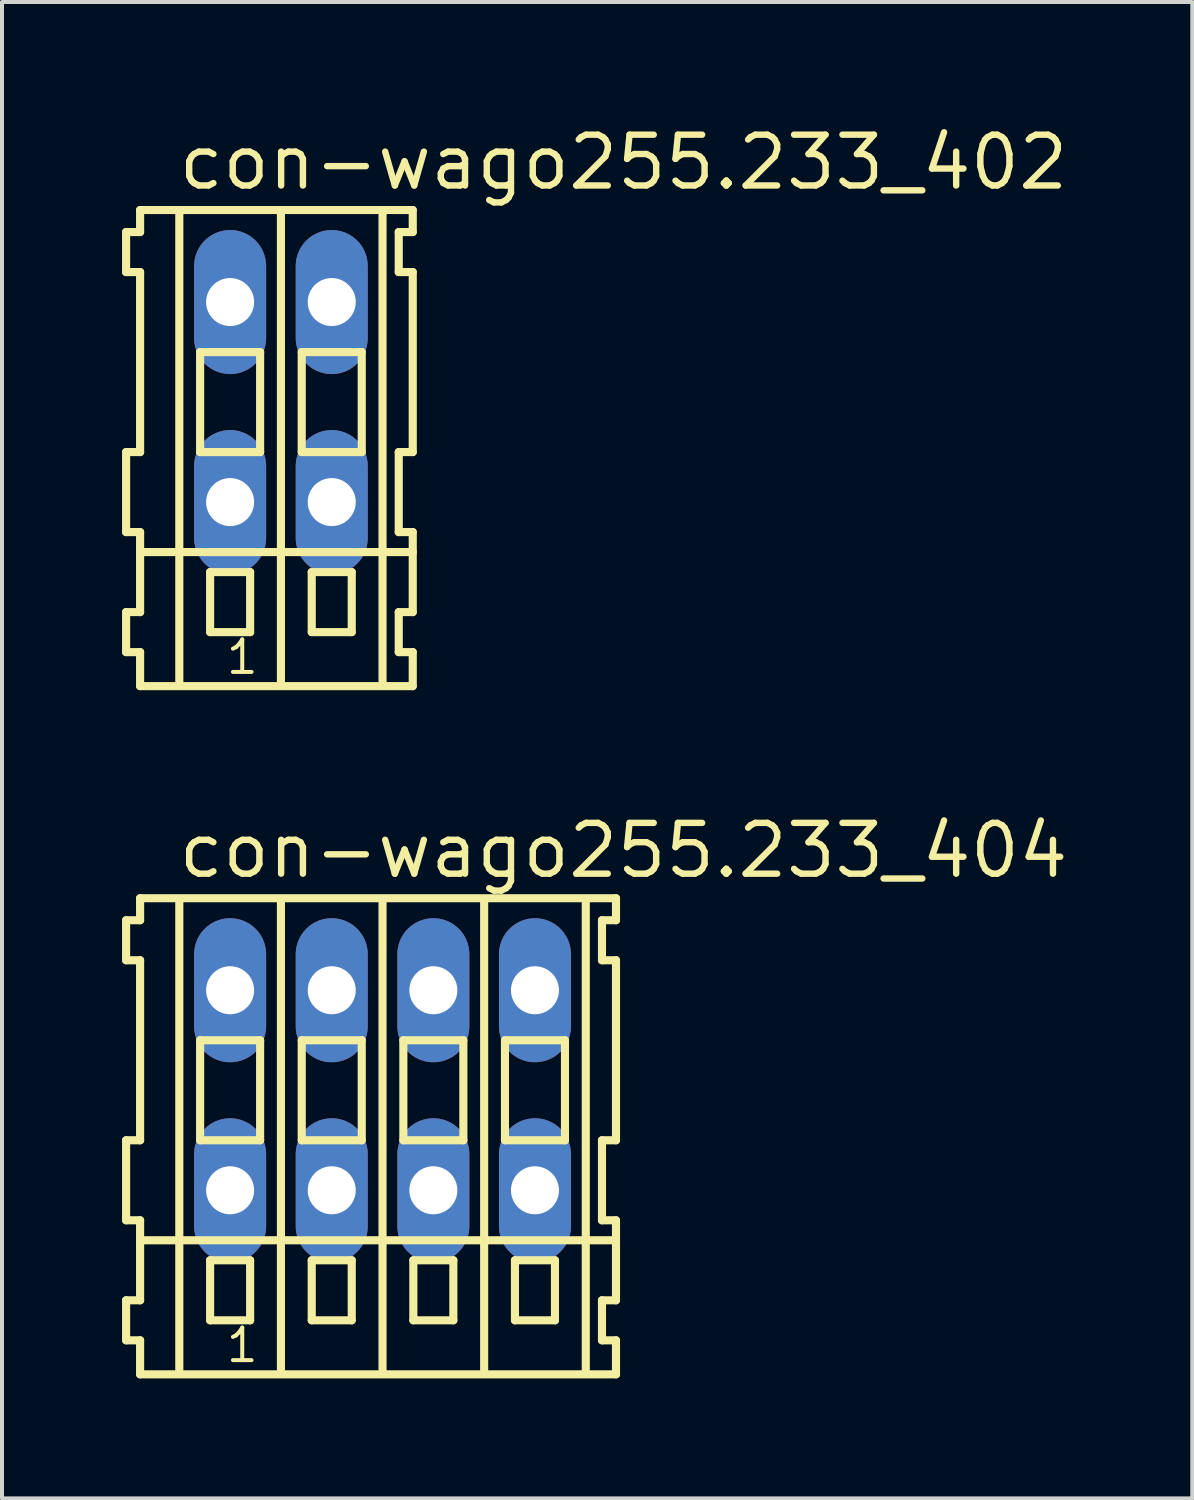
<source format=kicad_pcb>
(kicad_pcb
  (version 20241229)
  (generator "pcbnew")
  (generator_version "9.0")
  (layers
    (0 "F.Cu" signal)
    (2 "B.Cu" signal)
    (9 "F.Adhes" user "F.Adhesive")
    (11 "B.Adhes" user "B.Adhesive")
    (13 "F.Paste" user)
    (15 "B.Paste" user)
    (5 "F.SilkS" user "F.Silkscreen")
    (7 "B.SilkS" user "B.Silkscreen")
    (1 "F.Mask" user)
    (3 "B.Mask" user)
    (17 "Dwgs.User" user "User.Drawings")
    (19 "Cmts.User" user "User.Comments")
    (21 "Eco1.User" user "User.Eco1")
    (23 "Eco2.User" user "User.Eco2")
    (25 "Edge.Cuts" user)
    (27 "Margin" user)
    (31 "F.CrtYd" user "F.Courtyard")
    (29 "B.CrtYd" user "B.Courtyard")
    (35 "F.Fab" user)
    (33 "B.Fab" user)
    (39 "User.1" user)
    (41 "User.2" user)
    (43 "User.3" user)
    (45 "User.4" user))
  (footprint "con-wago255.233_402"
    (layer "F.Cu")
    (at 3.972 7)
    (property "Reference" "con-wago255.233_402" (at -2.64 -5.25 0) (layer "F.SilkS") (effects (font (size 1.27 1.27) (thickness 0.16)) (justify left bottom)))
    (attr through_hole)
    (fp_line (start -3.87 -4.25) (end -3.87 -3.25) (stroke (width 0.203) (type default)) (layer "F.SilkS"))
    (fp_line (start -3.87 -3.25) (end -3.52 -3.25) (stroke (width 0.203) (type default)) (layer "F.SilkS"))
    (fp_line (start -3.87 1.25) (end -3.87 3.25) (stroke (width 0.203) (type default)) (layer "F.SilkS"))
    (fp_line (start -3.87 3.25) (end -3.52 3.25) (stroke (width 0.203) (type default)) (layer "F.SilkS"))
    (fp_line (start -3.87 5.25) (end -3.87 6.25) (stroke (width 0.203) (type default)) (layer "F.SilkS"))
    (fp_line (start -3.87 6.25) (end -3.52 6.25) (stroke (width 0.203) (type default)) (layer "F.SilkS"))
    (fp_line (start -3.52 -4.8) (end -3.52 -4.25) (stroke (width 0.203) (type default)) (layer "F.SilkS"))
    (fp_line (start -3.52 -4.25) (end -3.87 -4.25) (stroke (width 0.203) (type default)) (layer "F.SilkS"))
    (fp_line (start -3.52 -3.25) (end -3.52 1.25) (stroke (width 0.203) (type default)) (layer "F.SilkS"))
    (fp_line (start -3.52 1.25) (end -3.87 1.25) (stroke (width 0.203) (type default)) (layer "F.SilkS"))
    (fp_line (start -3.52 3.25) (end -3.52 5.25) (stroke (width 0.203) (type default)) (layer "F.SilkS"))
    (fp_line (start -3.52 3.75) (end 3.295 3.75) (stroke (width 0.203) (type default)) (layer "F.SilkS"))
    (fp_line (start -3.52 5.25) (end -3.87 5.25) (stroke (width 0.203) (type default)) (layer "F.SilkS"))
    (fp_line (start -3.52 6.25) (end -3.52 7.1) (stroke (width 0.203) (type default)) (layer "F.SilkS"))
    (fp_line (start -3.52 7.1) (end 3.295 7.1) (stroke (width 0.203) (type default)) (layer "F.SilkS"))
    (fp_line (start -2.54 6.985) (end -2.54 -4.699) (stroke (width 0.203) (type default)) (layer "F.SilkS"))
    (fp_line (start -2.02 -1.25) (end -2.02 1.25) (stroke (width 0.203) (type default)) (layer "F.SilkS"))
    (fp_line (start -2.02 1.25) (end -0.52 1.25) (stroke (width 0.203) (type default)) (layer "F.SilkS"))
    (fp_line (start -1.77 4.25) (end -1.77 5.75) (stroke (width 0.203) (type default)) (layer "F.SilkS"))
    (fp_line (start -1.77 5.75) (end -0.77 5.75) (stroke (width 0.203) (type default)) (layer "F.SilkS"))
    (fp_line (start -0.77 4.25) (end -1.77 4.25) (stroke (width 0.203) (type default)) (layer "F.SilkS"))
    (fp_line (start -0.77 5.75) (end -0.77 4.25) (stroke (width 0.203) (type default)) (layer "F.SilkS"))
    (fp_line (start -0.52 -1.25) (end -2.02 -1.25) (stroke (width 0.203) (type default)) (layer "F.SilkS"))
    (fp_line (start -0.52 1.25) (end -0.52 -1.25) (stroke (width 0.203) (type default)) (layer "F.SilkS"))
    (fp_line (start 0 6.985) (end 0 -4.699) (stroke (width 0.203) (type default)) (layer "F.SilkS"))
    (fp_line (start 0.52 -1.25) (end 0.52 1.25) (stroke (width 0.203) (type default)) (layer "F.SilkS"))
    (fp_line (start 0.52 1.25) (end 2.02 1.25) (stroke (width 0.203) (type default)) (layer "F.SilkS"))
    (fp_line (start 0.77 4.25) (end 0.77 5.75) (stroke (width 0.203) (type default)) (layer "F.SilkS"))
    (fp_line (start 0.77 5.75) (end 1.77 5.75) (stroke (width 0.203) (type default)) (layer "F.SilkS"))
    (fp_line (start 1.77 4.25) (end 0.77 4.25) (stroke (width 0.203) (type default)) (layer "F.SilkS"))
    (fp_line (start 1.77 5.75) (end 1.77 4.25) (stroke (width 0.203) (type default)) (layer "F.SilkS"))
    (fp_line (start 2.02 -1.25) (end 0.52 -1.25) (stroke (width 0.203) (type default)) (layer "F.SilkS"))
    (fp_line (start 2.02 1.25) (end 2.02 -1.25) (stroke (width 0.203) (type default)) (layer "F.SilkS"))
    (fp_line (start 2.54 6.985) (end 2.54 -4.699) (stroke (width 0.203) (type default)) (layer "F.SilkS"))
    (fp_line (start 2.945 -4.25) (end 2.945 -3.25) (stroke (width 0.203) (type default)) (layer "F.SilkS"))
    (fp_line (start 2.945 -3.25) (end 3.295 -3.25) (stroke (width 0.203) (type default)) (layer "F.SilkS"))
    (fp_line (start 2.945 1.25) (end 2.945 3.25) (stroke (width 0.203) (type default)) (layer "F.SilkS"))
    (fp_line (start 2.945 3.25) (end 3.295 3.25) (stroke (width 0.203) (type default)) (layer "F.SilkS"))
    (fp_line (start 2.945 5.25) (end 2.945 6.25) (stroke (width 0.203) (type default)) (layer "F.SilkS"))
    (fp_line (start 2.945 6.25) (end 3.295 6.25) (stroke (width 0.203) (type default)) (layer "F.SilkS"))
    (fp_line (start 3.295 -4.8) (end -3.52 -4.8) (stroke (width 0.203) (type default)) (layer "F.SilkS"))
    (fp_line (start 3.295 -4.25) (end 2.945 -4.25) (stroke (width 0.203) (type default)) (layer "F.SilkS"))
    (fp_line (start 3.295 -4.25) (end 3.295 -4.8) (stroke (width 0.203) (type default)) (layer "F.SilkS"))
    (fp_line (start 3.295 1.25) (end 2.945 1.25) (stroke (width 0.203) (type default)) (layer "F.SilkS"))
    (fp_line (start 3.295 1.25) (end 3.295 -3.25) (stroke (width 0.203) (type default)) (layer "F.SilkS"))
    (fp_line (start 3.295 3.75) (end 3.295 3.25) (stroke (width 0.203) (type default)) (layer "F.SilkS"))
    (fp_line (start 3.295 5.25) (end 2.945 5.25) (stroke (width 0.203) (type default)) (layer "F.SilkS"))
    (fp_line (start 3.295 5.25) (end 3.295 3.75) (stroke (width 0.203) (type default)) (layer "F.SilkS"))
    (fp_line (start 3.295 7.1) (end 3.295 6.25) (stroke (width 0.203) (type default)) (layer "F.SilkS"))
    (fp_text user "1" (at -1.42 6.85 0) (layer "F.SilkS") (effects (font (size 0.813 0.813) (thickness 0.1)) (justify left bottom)))
    (pad "A1" thru_hole oval (at -1.27 -2.5 90) (size 3.6 1.8) (drill 1.2) (layers "*.Cu" "*.Mask"))
    (pad "A2" thru_hole oval (at 1.27 -2.5 90) (size 3.6 1.8) (drill 1.2) (layers "*.Cu" "*.Mask"))
    (pad "B1" thru_hole oval (at -1.27 2.5 90) (size 3.6 1.8) (drill 1.2) (layers "*.Cu" "*.Mask"))
    (pad "B2" thru_hole oval (at 1.27 2.5 90) (size 3.6 1.8) (drill 1.2) (layers "*.Cu" "*.Mask")))
  (footprint "con-wago255.233_404"
    (layer "F.Cu")
    (at 6.512 24.202)
    (property "Reference" "con-wago255.233_404" (at -5.18 -5.25 0) (layer "F.SilkS") (effects (font (size 1.27 1.27) (thickness 0.16)) (justify left bottom)))
    (attr through_hole)
    (fp_line (start -6.41 -4.25) (end -6.41 -3.25) (stroke (width 0.203) (type default)) (layer "F.SilkS"))
    (fp_line (start -6.41 -3.25) (end -6.06 -3.25) (stroke (width 0.203) (type default)) (layer "F.SilkS"))
    (fp_line (start -6.41 1.25) (end -6.41 3.25) (stroke (width 0.203) (type default)) (layer "F.SilkS"))
    (fp_line (start -6.41 3.25) (end -6.06 3.25) (stroke (width 0.203) (type default)) (layer "F.SilkS"))
    (fp_line (start -6.41 5.25) (end -6.41 6.25) (stroke (width 0.203) (type default)) (layer "F.SilkS"))
    (fp_line (start -6.41 6.25) (end -6.06 6.25) (stroke (width 0.203) (type default)) (layer "F.SilkS"))
    (fp_line (start -6.06 -4.8) (end -6.06 -4.25) (stroke (width 0.203) (type default)) (layer "F.SilkS"))
    (fp_line (start -6.06 -4.25) (end -6.41 -4.25) (stroke (width 0.203) (type default)) (layer "F.SilkS"))
    (fp_line (start -6.06 -3.25) (end -6.06 1.25) (stroke (width 0.203) (type default)) (layer "F.SilkS"))
    (fp_line (start -6.06 1.25) (end -6.41 1.25) (stroke (width 0.203) (type default)) (layer "F.SilkS"))
    (fp_line (start -6.06 3.25) (end -6.06 5.25) (stroke (width 0.203) (type default)) (layer "F.SilkS"))
    (fp_line (start -6.06 3.75) (end 5.835 3.75) (stroke (width 0.203) (type default)) (layer "F.SilkS"))
    (fp_line (start -6.06 5.25) (end -6.41 5.25) (stroke (width 0.203) (type default)) (layer "F.SilkS"))
    (fp_line (start -6.06 6.25) (end -6.06 7.1) (stroke (width 0.203) (type default)) (layer "F.SilkS"))
    (fp_line (start -6.06 7.1) (end 5.835 7.1) (stroke (width 0.203) (type default)) (layer "F.SilkS"))
    (fp_line (start -5.08 6.985) (end -5.08 -4.699) (stroke (width 0.203) (type default)) (layer "F.SilkS"))
    (fp_line (start -4.56 -1.25) (end -4.56 1.25) (stroke (width 0.203) (type default)) (layer "F.SilkS"))
    (fp_line (start -4.56 1.25) (end -3.06 1.25) (stroke (width 0.203) (type default)) (layer "F.SilkS"))
    (fp_line (start -4.31 4.25) (end -4.31 5.75) (stroke (width 0.203) (type default)) (layer "F.SilkS"))
    (fp_line (start -4.31 5.75) (end -3.31 5.75) (stroke (width 0.203) (type default)) (layer "F.SilkS"))
    (fp_line (start -3.31 4.25) (end -4.31 4.25) (stroke (width 0.203) (type default)) (layer "F.SilkS"))
    (fp_line (start -3.31 5.75) (end -3.31 4.25) (stroke (width 0.203) (type default)) (layer "F.SilkS"))
    (fp_line (start -3.06 -1.25) (end -4.56 -1.25) (stroke (width 0.203) (type default)) (layer "F.SilkS"))
    (fp_line (start -3.06 1.25) (end -3.06 -1.25) (stroke (width 0.203) (type default)) (layer "F.SilkS"))
    (fp_line (start -2.54 6.985) (end -2.54 -4.699) (stroke (width 0.203) (type default)) (layer "F.SilkS"))
    (fp_line (start -2.02 -1.25) (end -2.02 1.25) (stroke (width 0.203) (type default)) (layer "F.SilkS"))
    (fp_line (start -2.02 1.25) (end -0.52 1.25) (stroke (width 0.203) (type default)) (layer "F.SilkS"))
    (fp_line (start -1.77 4.25) (end -1.77 5.75) (stroke (width 0.203) (type default)) (layer "F.SilkS"))
    (fp_line (start -1.77 5.75) (end -0.77 5.75) (stroke (width 0.203) (type default)) (layer "F.SilkS"))
    (fp_line (start -0.77 4.25) (end -1.77 4.25) (stroke (width 0.203) (type default)) (layer "F.SilkS"))
    (fp_line (start -0.77 5.75) (end -0.77 4.25) (stroke (width 0.203) (type default)) (layer "F.SilkS"))
    (fp_line (start -0.52 -1.25) (end -2.02 -1.25) (stroke (width 0.203) (type default)) (layer "F.SilkS"))
    (fp_line (start -0.52 1.25) (end -0.52 -1.25) (stroke (width 0.203) (type default)) (layer "F.SilkS"))
    (fp_line (start 0 6.985) (end 0 -4.699) (stroke (width 0.203) (type default)) (layer "F.SilkS"))
    (fp_line (start 0.52 -1.25) (end 0.52 1.25) (stroke (width 0.203) (type default)) (layer "F.SilkS"))
    (fp_line (start 0.52 1.25) (end 2.02 1.25) (stroke (width 0.203) (type default)) (layer "F.SilkS"))
    (fp_line (start 0.77 4.25) (end 0.77 5.75) (stroke (width 0.203) (type default)) (layer "F.SilkS"))
    (fp_line (start 0.77 5.75) (end 1.77 5.75) (stroke (width 0.203) (type default)) (layer "F.SilkS"))
    (fp_line (start 1.77 4.25) (end 0.77 4.25) (stroke (width 0.203) (type default)) (layer "F.SilkS"))
    (fp_line (start 1.77 5.75) (end 1.77 4.25) (stroke (width 0.203) (type default)) (layer "F.SilkS"))
    (fp_line (start 2.02 -1.25) (end 0.52 -1.25) (stroke (width 0.203) (type default)) (layer "F.SilkS"))
    (fp_line (start 2.02 1.25) (end 2.02 -1.25) (stroke (width 0.203) (type default)) (layer "F.SilkS"))
    (fp_line (start 2.54 6.985) (end 2.54 -4.699) (stroke (width 0.203) (type default)) (layer "F.SilkS"))
    (fp_line (start 3.06 -1.25) (end 3.06 1.25) (stroke (width 0.203) (type default)) (layer "F.SilkS"))
    (fp_line (start 3.06 1.25) (end 4.56 1.25) (stroke (width 0.203) (type default)) (layer "F.SilkS"))
    (fp_line (start 3.31 4.25) (end 3.31 5.75) (stroke (width 0.203) (type default)) (layer "F.SilkS"))
    (fp_line (start 3.31 5.75) (end 4.31 5.75) (stroke (width 0.203) (type default)) (layer "F.SilkS"))
    (fp_line (start 4.31 4.25) (end 3.31 4.25) (stroke (width 0.203) (type default)) (layer "F.SilkS"))
    (fp_line (start 4.31 5.75) (end 4.31 4.25) (stroke (width 0.203) (type default)) (layer "F.SilkS"))
    (fp_line (start 4.56 -1.25) (end 3.06 -1.25) (stroke (width 0.203) (type default)) (layer "F.SilkS"))
    (fp_line (start 4.56 1.25) (end 4.56 -1.25) (stroke (width 0.203) (type default)) (layer "F.SilkS"))
    (fp_line (start 5.08 6.985) (end 5.08 -4.699) (stroke (width 0.203) (type default)) (layer "F.SilkS"))
    (fp_line (start 5.485 -4.25) (end 5.485 -3.25) (stroke (width 0.203) (type default)) (layer "F.SilkS"))
    (fp_line (start 5.485 -3.25) (end 5.835 -3.25) (stroke (width 0.203) (type default)) (layer "F.SilkS"))
    (fp_line (start 5.485 1.25) (end 5.485 3.25) (stroke (width 0.203) (type default)) (layer "F.SilkS"))
    (fp_line (start 5.485 3.25) (end 5.835 3.25) (stroke (width 0.203) (type default)) (layer "F.SilkS"))
    (fp_line (start 5.485 5.25) (end 5.485 6.25) (stroke (width 0.203) (type default)) (layer "F.SilkS"))
    (fp_line (start 5.485 6.25) (end 5.835 6.25) (stroke (width 0.203) (type default)) (layer "F.SilkS"))
    (fp_line (start 5.835 -4.8) (end -6.06 -4.8) (stroke (width 0.203) (type default)) (layer "F.SilkS"))
    (fp_line (start 5.835 -4.25) (end 5.485 -4.25) (stroke (width 0.203) (type default)) (layer "F.SilkS"))
    (fp_line (start 5.835 -4.25) (end 5.835 -4.8) (stroke (width 0.203) (type default)) (layer "F.SilkS"))
    (fp_line (start 5.835 1.25) (end 5.485 1.25) (stroke (width 0.203) (type default)) (layer "F.SilkS"))
    (fp_line (start 5.835 1.25) (end 5.835 -3.25) (stroke (width 0.203) (type default)) (layer "F.SilkS"))
    (fp_line (start 5.835 3.75) (end 5.835 3.25) (stroke (width 0.203) (type default)) (layer "F.SilkS"))
    (fp_line (start 5.835 5.25) (end 5.485 5.25) (stroke (width 0.203) (type default)) (layer "F.SilkS"))
    (fp_line (start 5.835 5.25) (end 5.835 3.75) (stroke (width 0.203) (type default)) (layer "F.SilkS"))
    (fp_line (start 5.835 7.1) (end 5.835 6.25) (stroke (width 0.203) (type default)) (layer "F.SilkS"))
    (fp_text user "1" (at -3.96 6.85 0) (layer "F.SilkS") (effects (font (size 0.813 0.813) (thickness 0.1)) (justify left bottom)))
    (pad "A1" thru_hole oval (at -3.81 -2.5 90) (size 3.6 1.8) (drill 1.2) (layers "*.Cu" "*.Mask"))
    (pad "A2" thru_hole oval (at -1.27 -2.5 90) (size 3.6 1.8) (drill 1.2) (layers "*.Cu" "*.Mask"))
    (pad "A3" thru_hole oval (at 1.27 -2.5 90) (size 3.6 1.8) (drill 1.2) (layers "*.Cu" "*.Mask"))
    (pad "A4" thru_hole oval (at 3.81 -2.5 90) (size 3.6 1.8) (drill 1.2) (layers "*.Cu" "*.Mask"))
    (pad "B1" thru_hole oval (at -3.81 2.5 90) (size 3.6 1.8) (drill 1.2) (layers "*.Cu" "*.Mask"))
    (pad "B2" thru_hole oval (at -1.27 2.5 90) (size 3.6 1.8) (drill 1.2) (layers "*.Cu" "*.Mask"))
    (pad "B3" thru_hole oval (at 1.27 2.5 90) (size 3.6 1.8) (drill 1.2) (layers "*.Cu" "*.Mask"))
    (pad "B4" thru_hole oval (at 3.81 2.5 90) (size 3.6 1.8) (drill 1.2) (layers "*.Cu" "*.Mask")))
  (gr_rect
    (start -3 -3)
    (end 26.752 34.403)
    (stroke (width 0.1) (type default))
    (fill no)
    (layer "Edge.Cuts")))
</source>
